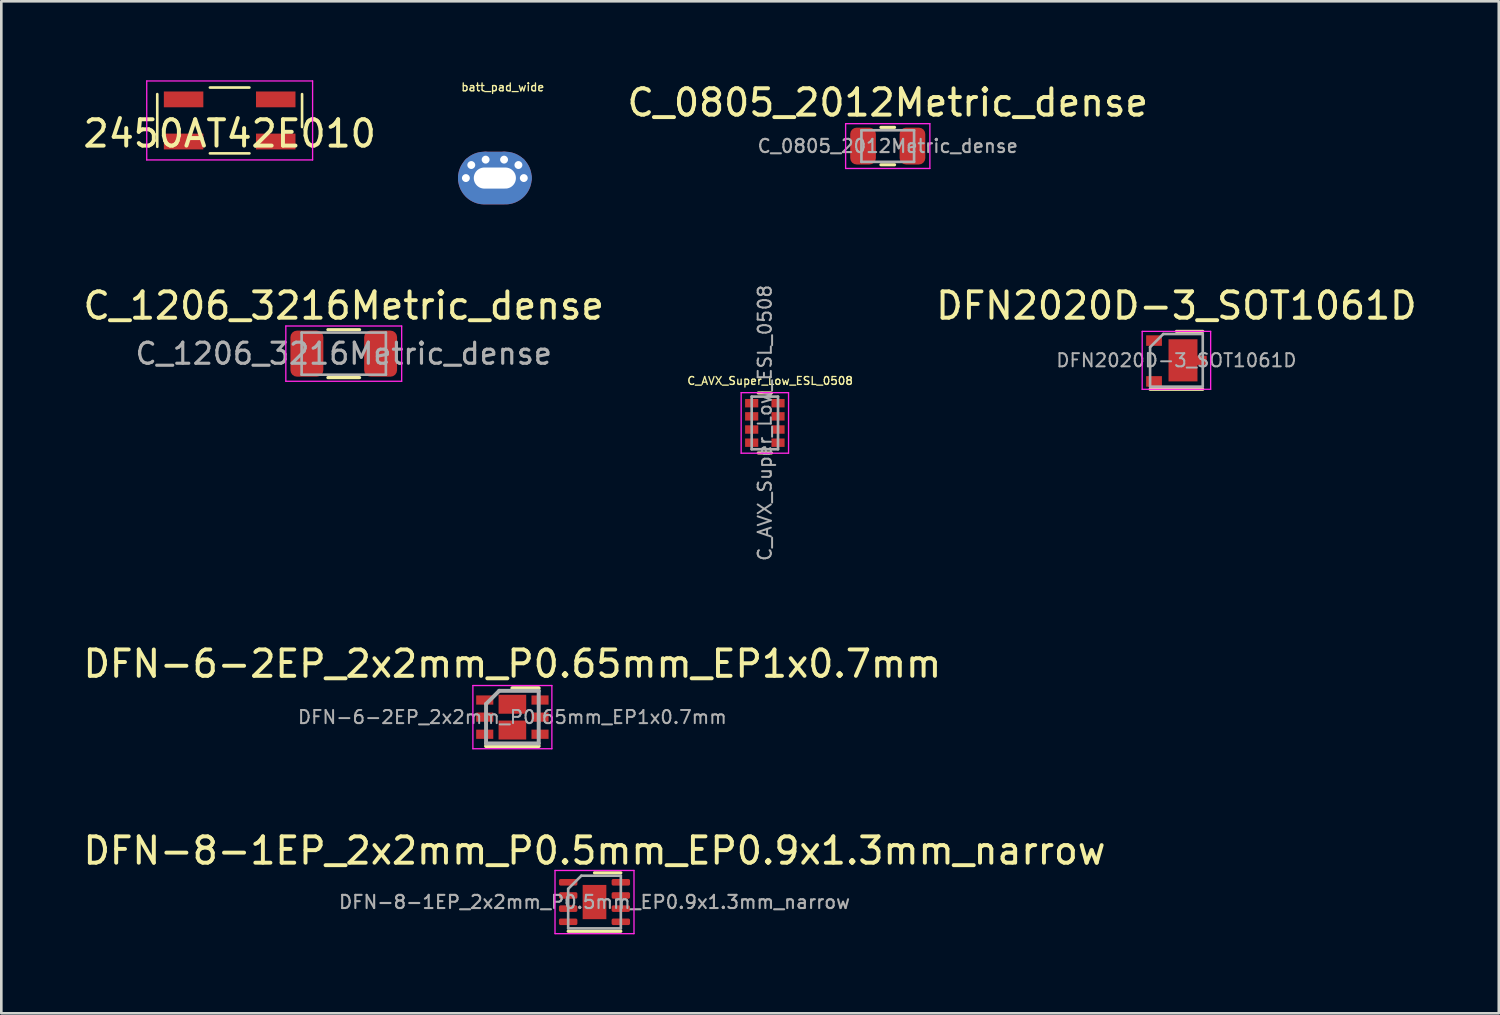
<source format=kicad_pcb>
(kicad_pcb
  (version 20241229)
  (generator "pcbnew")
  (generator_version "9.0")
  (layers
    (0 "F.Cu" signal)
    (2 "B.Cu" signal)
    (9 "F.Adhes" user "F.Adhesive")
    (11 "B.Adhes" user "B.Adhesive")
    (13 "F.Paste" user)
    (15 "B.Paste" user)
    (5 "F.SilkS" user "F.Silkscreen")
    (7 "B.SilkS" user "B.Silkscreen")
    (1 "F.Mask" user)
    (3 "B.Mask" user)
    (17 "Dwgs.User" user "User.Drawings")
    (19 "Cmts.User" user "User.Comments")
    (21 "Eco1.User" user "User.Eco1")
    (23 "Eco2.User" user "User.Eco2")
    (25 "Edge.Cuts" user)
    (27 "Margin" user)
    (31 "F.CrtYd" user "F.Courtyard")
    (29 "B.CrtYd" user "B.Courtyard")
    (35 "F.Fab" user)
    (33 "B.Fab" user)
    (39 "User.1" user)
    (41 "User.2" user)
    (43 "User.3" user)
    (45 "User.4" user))
  (footprint "batt_pad_wide"
    (layer "F.Cu")
    (at 15.745 3.713)
    (property "Reference" "batt_pad_wide" (at 0.3 -3.45 0) (layer "F.SilkS") (effects (font (size 0.3 0.3) (thickness 0.05))))
    (attr through_hole)
    (pad "1" thru_hole circle (at -1.1 0) (size 0.6 0.6) (drill 0.3) (layers "*.Cu" "*.Mask"))
    (pad "1" thru_hole circle (at -0.895 -0.495) (size 0.6 0.6) (drill 0.3) (layers "*.Cu" "*.Mask"))
    (pad "1" thru_hole circle (at -0.35 -0.7) (size 0.6 0.6) (drill 0.3) (layers "*.Cu" "*.Mask"))
    (pad "1" thru_hole oval (at 0 0) (size 2.8 2) (drill oval 1.6 0.8) (layers "*.Cu" "*.Mask"))
    (pad "1" thru_hole circle (at 0.35 -0.7) (size 0.6 0.6) (drill 0.3) (layers "*.Cu" "*.Mask"))
    (pad "1" thru_hole circle (at 0.895 -0.495) (size 0.6 0.6) (drill 0.3) (layers "*.Cu" "*.Mask"))
    (pad "1" thru_hole circle (at 1.1 0) (size 0.6 0.6) (drill 0.3) (layers "*.Cu" "*.Mask")))
  (footprint "DFN2020D-3_SOT1061D"
    (layer "F.Cu")
    (at 41.632 10.636)
    (property "Reference" "DFN2020D-3_SOT1061D" (at 0 -2.075 0) (layer "F.SilkS") (effects (font (size 1 1) (thickness 0.15))))
    (attr smd)
    (fp_line (start -1 1.1) (end 1 1.1) (stroke (width 0.12) (type solid)) (layer "F.SilkS"))
    (fp_line (start 0 -1.1) (end 1 -1.1) (stroke (width 0.12) (type solid)) (layer "F.SilkS"))
    (fp_line (start -1.3 -1.1) (end -1.3 1.1) (stroke (width 0.05) (type solid)) (layer "F.CrtYd"))
    (fp_line (start -1.3 -1.1) (end 1.3 -1.1) (stroke (width 0.05) (type solid)) (layer "F.CrtYd"))
    (fp_line (start -1.3 1.1) (end 1.3 1.1) (stroke (width 0.05) (type solid)) (layer "F.CrtYd"))
    (fp_line (start 1.3 -1.1) (end 1.3 1.1) (stroke (width 0.05) (type solid)) (layer "F.CrtYd"))
    (fp_line (start -1 -0.5) (end -0.5 -1) (stroke (width 0.1) (type solid)) (layer "F.Fab"))
    (fp_line (start -1 1) (end -1 -0.5) (stroke (width 0.1) (type solid)) (layer "F.Fab"))
    (fp_line (start -0.5 -1) (end 1 -1) (stroke (width 0.1) (type solid)) (layer "F.Fab"))
    (fp_line (start 1 -1) (end 1 1) (stroke (width 0.1) (type solid)) (layer "F.Fab"))
    (fp_line (start 1 1) (end -1 1) (stroke (width 0.1) (type solid)) (layer "F.Fab"))
    (fp_text user "${REFERENCE}" (at 0 0 0) (layer "F.Fab") (effects (font (size 0.5 0.5) (thickness 0.075))))
    (pad "1" smd rect (at -0.85 -0.75) (size 0.6 0.4) (layers "F.Cu" "F.Mask" "F.Paste"))
    (pad "2" smd rect (at -0.85 0.8) (size 0.6 0.4) (layers "F.Cu" "F.Mask" "F.Paste"))
    (pad "3" smd custom (at 0.975 0) (size 0.35 0.35) (layers "F.Cu" "F.Mask" "F.Paste") (options (anchor rect)) (primitives (gr_poly (pts (xy -0.175 -0.175) (xy 0.175 -0.175) (xy 0.175 0.175) (xy -0.175 0.175) (xy -0.175 0.8) (xy -1.275 0.8) (xy -1.275 -0.8) (xy -0.175 -0.8)) (width 0) (fill yes)))))
  (footprint "DFN-6-2EP_2x2mm_P0.65mm_EP1x0.7mm"
    (layer "F.Cu")
    (at 16.411 24.188)
    (property "Reference" "DFN-6-2EP_2x2mm_P0.65mm_EP1x0.7mm" (at 0 -2.025 0) (layer "F.SilkS") (effects (font (size 1 1) (thickness 0.15))))
    (attr smd)
    (fp_line (start -1 1.1) (end 1 1.1) (stroke (width 0.15) (type solid)) (layer "F.SilkS"))
    (fp_line (start 0 -1.1) (end 1 -1.1) (stroke (width 0.15) (type solid)) (layer "F.SilkS"))
    (fp_line (start -1.5 -1.2) (end -1.5 1.2) (stroke (width 0.05) (type solid)) (layer "F.CrtYd"))
    (fp_line (start -1.5 -1.2) (end 1.5 -1.2) (stroke (width 0.05) (type solid)) (layer "F.CrtYd"))
    (fp_line (start -1.5 1.2) (end 1.5 1.2) (stroke (width 0.05) (type solid)) (layer "F.CrtYd"))
    (fp_line (start 1.5 -1.2) (end 1.5 1.2) (stroke (width 0.05) (type solid)) (layer "F.CrtYd"))
    (fp_line (start -1 -0.5) (end -0.5 -1) (stroke (width 0.15) (type solid)) (layer "F.Fab"))
    (fp_line (start -1 1) (end -1 -0.5) (stroke (width 0.15) (type solid)) (layer "F.Fab"))
    (fp_line (start -0.5 -1) (end 1 -1) (stroke (width 0.15) (type solid)) (layer "F.Fab"))
    (fp_line (start 1 -1) (end 1 1) (stroke (width 0.15) (type solid)) (layer "F.Fab"))
    (fp_line (start 1 1) (end -1 1) (stroke (width 0.15) (type solid)) (layer "F.Fab"))
    (fp_text user "${REFERENCE}" (at 0 0 0) (layer "F.Fab") (effects (font (size 0.5 0.5) (thickness 0.075))))
    (pad "1" smd rect (at -1.05 -0.65) (size 0.65 0.35) (layers "F.Cu" "F.Mask" "F.Paste"))
    (pad "2" smd rect (at -1.05 0) (size 0.65 0.35) (layers "F.Cu" "F.Mask" "F.Paste"))
    (pad "3" smd rect (at -1.05 0.65) (size 0.65 0.35) (layers "F.Cu" "F.Mask" "F.Paste"))
    (pad "4" smd rect (at 1.05 0.65) (size 0.65 0.35) (layers "F.Cu" "F.Mask" "F.Paste"))
    (pad "5" smd rect (at 1.05 0) (size 0.65 0.35) (layers "F.Cu" "F.Mask" "F.Paste"))
    (pad "6" smd rect (at 1.05 -0.65) (size 0.65 0.35) (layers "F.Cu" "F.Mask" "F.Paste"))
    (pad "7" smd rect (at 0 -0.49) (size 1.05 0.72) (layers "F.Cu" "F.Mask" "F.Paste"))
    (pad "8" smd rect (at 0 0.49) (size 1.05 0.72) (layers "F.Cu" "F.Mask" "F.Paste")))
  (footprint "DFN-8-1EP_2x2mm_P0.5mm_EP0.9x1.3mm_narrow"
    (layer "F.Cu")
    (at 19.53 31.211)
    (property "Reference" "DFN-8-1EP_2x2mm_P0.5mm_EP0.9x1.3mm_narrow" (at 0 -1.95 180) (layer "F.SilkS") (effects (font (size 1 1) (thickness 0.15))))
    (attr smd)
    (fp_line (start -1 1.11) (end 1 1.11) (stroke (width 0.12) (type solid)) (layer "F.SilkS"))
    (fp_line (start 0 -1.11) (end 1 -1.11) (stroke (width 0.12) (type solid)) (layer "F.SilkS"))
    (fp_line (start -1.5 -1.2) (end -1.5 1.2) (stroke (width 0.05) (type solid)) (layer "F.CrtYd"))
    (fp_line (start -1.5 1.2) (end 1.5 1.2) (stroke (width 0.05) (type solid)) (layer "F.CrtYd"))
    (fp_line (start 1.5 -1.2) (end -1.5 -1.2) (stroke (width 0.05) (type solid)) (layer "F.CrtYd"))
    (fp_line (start 1.5 1.2) (end 1.5 -1.2) (stroke (width 0.05) (type solid)) (layer "F.CrtYd"))
    (fp_line (start -1 -0.5) (end -0.5 -1) (stroke (width 0.1) (type solid)) (layer "F.Fab"))
    (fp_line (start -1 1) (end -1 -0.5) (stroke (width 0.1) (type solid)) (layer "F.Fab"))
    (fp_line (start -0.5 -1) (end 1 -1) (stroke (width 0.1) (type solid)) (layer "F.Fab"))
    (fp_line (start 1 -1) (end 1 1) (stroke (width 0.1) (type solid)) (layer "F.Fab"))
    (fp_line (start 1 1) (end -1 1) (stroke (width 0.1) (type solid)) (layer "F.Fab"))
    (fp_text user "${REFERENCE}" (at 0 0 180) (layer "F.Fab") (effects (font (size 0.5 0.5) (thickness 0.08))))
    (pad "" smd roundrect (at -0.225 -0.325) (size 0.36 0.52) (layers "F.Paste") (roundrect_rratio 0.25))
    (pad "" smd roundrect (at -0.225 0.325) (size 0.36 0.52) (layers "F.Paste") (roundrect_rratio 0.25))
    (pad "" smd roundrect (at 0.225 -0.325) (size 0.36 0.52) (layers "F.Paste") (roundrect_rratio 0.25))
    (pad "" smd roundrect (at 0.225 0.325) (size 0.36 0.52) (layers "F.Paste") (roundrect_rratio 0.25))
    (pad "1" smd roundrect (at -1 -0.75) (size 0.7 0.25) (layers "F.Cu" "F.Mask" "F.Paste") (roundrect_rratio 0.25))
    (pad "2" smd roundrect (at -1 -0.25) (size 0.7 0.25) (layers "F.Cu" "F.Mask" "F.Paste") (roundrect_rratio 0.25))
    (pad "3" smd roundrect (at -1 0.25) (size 0.7 0.25) (layers "F.Cu" "F.Mask" "F.Paste") (roundrect_rratio 0.25))
    (pad "4" smd roundrect (at -1 0.75) (size 0.7 0.25) (layers "F.Cu" "F.Mask" "F.Paste") (roundrect_rratio 0.25))
    (pad "5" smd roundrect (at 1 0.75) (size 0.7 0.25) (layers "F.Cu" "F.Mask" "F.Paste") (roundrect_rratio 0.25))
    (pad "6" smd roundrect (at 1 0.25) (size 0.7 0.25) (layers "F.Cu" "F.Mask" "F.Paste") (roundrect_rratio 0.25))
    (pad "7" smd roundrect (at 1 -0.25) (size 0.7 0.25) (layers "F.Cu" "F.Mask" "F.Paste") (roundrect_rratio 0.25))
    (pad "8" smd roundrect (at 1 -0.75) (size 0.7 0.25) (layers "F.Cu" "F.Mask" "F.Paste") (roundrect_rratio 0.25))
    (pad "9" smd rect (at 0 0) (size 0.9 1.3) (layers "F.Cu" "F.Mask")))
  (footprint "2450AT42E010"
    (layer "F.Cu")
    (at 5.673 1.525)
    (property "Reference" "2450AT42E010" (at 0 0.5 0) (layer "F.SilkS") (effects (font (size 1 1) (thickness 0.15))))
    (attr smd)
    (fp_line (start -2.75 -1) (end -2.75 1) (stroke (width 0.1) (type solid)) (layer "F.SilkS"))
    (fp_line (start -0.75 1.25) (end 0.75 1.25) (stroke (width 0.1) (type solid)) (layer "F.SilkS"))
    (fp_line (start 0.75 -1.25) (end -0.75 -1.25) (stroke (width 0.1) (type solid)) (layer "F.SilkS"))
    (fp_line (start 2.75 0.25) (end 2.75 -1) (stroke (width 0.1) (type solid)) (layer "F.SilkS"))
    (fp_line (start -3.15 -1.5) (end -3.15 1.5) (stroke (width 0.05) (type solid)) (layer "F.CrtYd"))
    (fp_line (start -3.15 1.5) (end 3.15 1.5) (stroke (width 0.05) (type solid)) (layer "F.CrtYd"))
    (fp_line (start 3.15 -1.5) (end -3.15 -1.5) (stroke (width 0.05) (type solid)) (layer "F.CrtYd"))
    (fp_line (start 3.15 1.5) (end 3.15 -1.5) (stroke (width 0.05) (type solid)) (layer "F.CrtYd"))
    (pad "1" smd rect (at -1.75 0.8) (size 1.5 0.6) (layers "F.Cu" "F.Mask" "F.Paste"))
    (pad "2" smd rect (at 1.75 0.8) (size 1.5 0.6) (layers "F.Cu" "F.Mask" "F.Paste"))
    (pad "3" smd rect (at 1.75 -0.8) (size 1.5 0.6) (layers "F.Cu" "F.Mask" "F.Paste"))
    (pad "4" smd rect (at -1.75 -0.8) (size 1.5 0.6) (layers "F.Cu" "F.Mask" "F.Paste")))
  (footprint "C_1206_3216Metric_dense"
    (layer "F.Cu")
    (at 10.006 10.382)
    (property "Reference" "C_1206_3216Metric_dense" (at 0 -1.82 180) (layer "F.SilkS") (effects (font (size 1 1) (thickness 0.15))))
    (attr smd)
    (fp_line (start -0.602 -0.91) (end 0.602 -0.91) (stroke (width 0.12) (type solid)) (layer "F.SilkS"))
    (fp_line (start -0.602 0.91) (end 0.602 0.91) (stroke (width 0.12) (type solid)) (layer "F.SilkS"))
    (fp_line (start -2.2 -1.05) (end 2.2 -1.05) (stroke (width 0.05) (type solid)) (layer "F.CrtYd"))
    (fp_line (start -2.2 1.05) (end -2.2 -1.05) (stroke (width 0.05) (type solid)) (layer "F.CrtYd"))
    (fp_line (start 2.2 -1.05) (end 2.2 1.05) (stroke (width 0.05) (type solid)) (layer "F.CrtYd"))
    (fp_line (start 2.2 1.05) (end -2.2 1.05) (stroke (width 0.05) (type solid)) (layer "F.CrtYd"))
    (fp_line (start -1.6 -0.8) (end 1.6 -0.8) (stroke (width 0.1) (type solid)) (layer "F.Fab"))
    (fp_line (start -1.6 0.8) (end -1.6 -0.8) (stroke (width 0.1) (type solid)) (layer "F.Fab"))
    (fp_line (start 1.6 -0.8) (end 1.6 0.8) (stroke (width 0.1) (type solid)) (layer "F.Fab"))
    (fp_line (start 1.6 0.8) (end -1.6 0.8) (stroke (width 0.1) (type solid)) (layer "F.Fab"))
    (fp_text user "${REFERENCE}" (at 0 0 180) (layer "F.Fab") (effects (font (size 0.8 0.8) (thickness 0.12))))
    (pad "1" smd roundrect (at -1.4 0) (size 1.25 1.75) (layers "F.Cu" "F.Mask" "F.Paste") (roundrect_rratio 0.2))
    (pad "2" smd roundrect (at 1.4 0) (size 1.25 1.75) (layers "F.Cu" "F.Mask" "F.Paste") (roundrect_rratio 0.2)))
  (footprint "C_0805_2012Metric_dense"
    (layer "F.Cu")
    (at 30.668 2.498)
    (property "Reference" "C_0805_2012Metric_dense" (at 0 -1.65 0) (layer "F.SilkS") (effects (font (size 1 1) (thickness 0.15))))
    (attr smd)
    (fp_line (start -0.259 -0.71) (end 0.259 -0.71) (stroke (width 0.12) (type solid)) (layer "F.SilkS"))
    (fp_line (start -0.259 0.71) (end 0.259 0.71) (stroke (width 0.12) (type solid)) (layer "F.SilkS"))
    (fp_line (start -1.6 -0.85) (end 1.6 -0.85) (stroke (width 0.05) (type solid)) (layer "F.CrtYd"))
    (fp_line (start -1.6 0.85) (end -1.6 -0.85) (stroke (width 0.05) (type solid)) (layer "F.CrtYd"))
    (fp_line (start 1.6 -0.85) (end 1.6 0.85) (stroke (width 0.05) (type solid)) (layer "F.CrtYd"))
    (fp_line (start 1.6 0.85) (end -1.6 0.85) (stroke (width 0.05) (type solid)) (layer "F.CrtYd"))
    (fp_line (start -1 -0.6) (end 1 -0.6) (stroke (width 0.1) (type solid)) (layer "F.Fab"))
    (fp_line (start -1 0.6) (end -1 -0.6) (stroke (width 0.1) (type solid)) (layer "F.Fab"))
    (fp_line (start 1 -0.6) (end 1 0.6) (stroke (width 0.1) (type solid)) (layer "F.Fab"))
    (fp_line (start 1 0.6) (end -1 0.6) (stroke (width 0.1) (type solid)) (layer "F.Fab"))
    (fp_text user "${REFERENCE}" (at 0 0 0) (layer "F.Fab") (effects (font (size 0.5 0.5) (thickness 0.08))))
    (pad "1" smd roundrect (at -0.938 0) (size 0.975 1.4) (layers "F.Cu" "F.Mask" "F.Paste") (roundrect_rratio 0.25))
    (pad "2" smd roundrect (at 0.938 0) (size 0.975 1.4) (layers "F.Cu" "F.Mask" "F.Paste") (roundrect_rratio 0.25)))
  (footprint "C_AVX_Super_Low_ESL_0508"
    (layer "F.Cu")
    (at 26 13.014)
    (property "Reference" "C_AVX_Super_Low_ESL_0508" (at 0.2 -1.6 0) (layer "F.SilkS") (effects (font (size 0.3 0.3) (thickness 0.05))))
    (attr through_hole)
    (fp_line (start 0.25 -1.14) (end -0.25 -1.14) (stroke (width 0.12) (type solid)) (layer "F.SilkS"))
    (fp_line (start 0.25 1.14) (end -0.25 1.14) (stroke (width 0.12) (type solid)) (layer "F.SilkS"))
    (fp_line (start -0.9 -1.15) (end -0.9 1.15) (stroke (width 0.05) (type solid)) (layer "F.CrtYd"))
    (fp_line (start -0.9 -1.15) (end 0.9 -1.15) (stroke (width 0.05) (type solid)) (layer "F.CrtYd"))
    (fp_line (start 0.9 1.15) (end -0.9 1.15) (stroke (width 0.05) (type solid)) (layer "F.CrtYd"))
    (fp_line (start 0.9 1.15) (end 0.9 -1.15) (stroke (width 0.05) (type solid)) (layer "F.CrtYd"))
    (fp_line (start -0.5 -1) (end 0.5 -1) (stroke (width 0.1) (type solid)) (layer "F.Fab"))
    (fp_line (start -0.5 1) (end -0.5 -1) (stroke (width 0.1) (type solid)) (layer "F.Fab"))
    (fp_line (start 0.5 -1) (end 0.5 1) (stroke (width 0.1) (type solid)) (layer "F.Fab"))
    (fp_line (start 0.5 1) (end -0.5 1) (stroke (width 0.1) (type solid)) (layer "F.Fab"))
    (fp_text user "${REFERENCE}" (at 0 0 90) (layer "F.Fab") (effects (font (size 0.5 0.5) (thickness 0.075))))
    (pad "1" smd rect (at -0.5 -0.75) (size 0.5 0.32) (layers "F.Cu" "F.Mask" "F.Paste"))
    (pad "1" smd rect (at -0.5 0.25) (size 0.5 0.32) (layers "F.Cu" "F.Mask" "F.Paste"))
    (pad "1" smd rect (at 0.5 -0.25) (size 0.5 0.32) (layers "F.Cu" "F.Mask" "F.Paste"))
    (pad "1" smd rect (at 0.5 0.75) (size 0.5 0.32) (layers "F.Cu" "F.Mask" "F.Paste"))
    (pad "2" smd rect (at -0.5 -0.25) (size 0.5 0.32) (layers "F.Cu" "F.Mask" "F.Paste"))
    (pad "2" smd rect (at -0.5 0.75) (size 0.5 0.32) (layers "F.Cu" "F.Mask" "F.Paste"))
    (pad "2" smd rect (at 0.5 -0.75) (size 0.5 0.32) (layers "F.Cu" "F.Mask" "F.Paste"))
    (pad "2" smd rect (at 0.5 0.25) (size 0.5 0.32) (layers "F.Cu" "F.Mask" "F.Paste")))
  (gr_rect
    (start -3 -3)
    (end 53.876 35.436)
    (stroke (width 0.1) (type default))
    (fill no)
    (layer "Edge.Cuts")))
</source>
